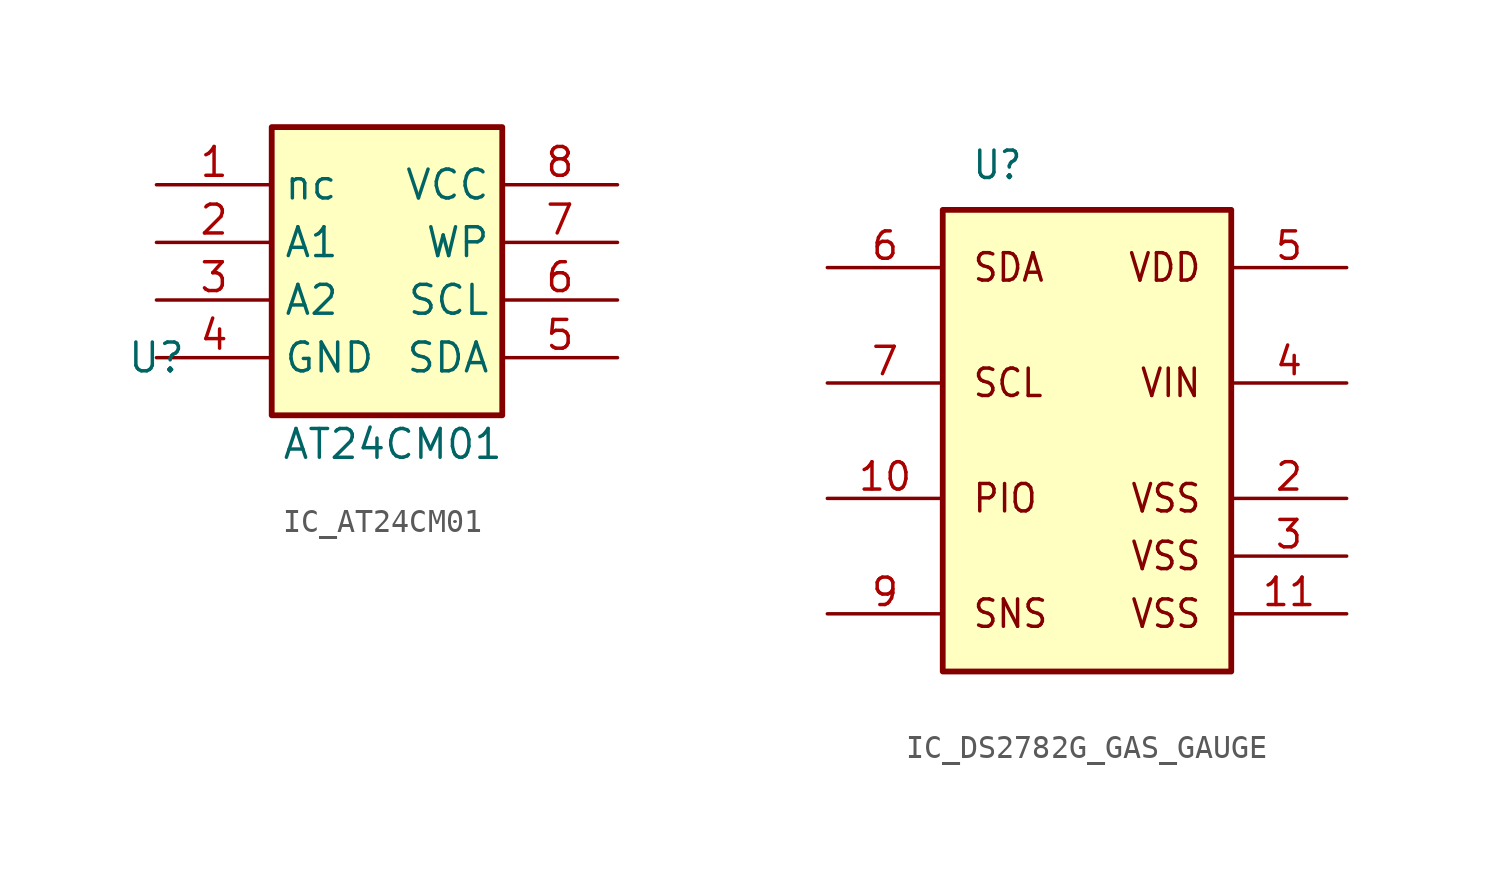
<source format=kicad_sym>
(kicad_symbol_lib
  (version 20231120)
  (generator "kicad_symbol_editor")
  (generator_version "8.0")
  (symbol "IC_AT24CM01"
    (property "Reference" "U"
      (at 0 0 0)
      (effects (font (size 1.27 1.27))))
    (property "Value" "AT24CM01"
      (at 10.414 -3.81 0)
      (effects (font (size 1.27 1.27))))
    (symbol "IC_AT24CM01_0_1"
      (rectangle (start 5.08 10.16) (end 15.24 -2.54) (stroke (width 0.256) (type default)) (fill (type background))))
    (symbol "IC_AT24CM01_1_1"
      (pin passive line (at 0 7.62 0) (length 5.08) (name "nc" (effects (font (size 1.27 1.27)))) (number "1" (effects (font (size 1.27 1.27)))))
      (pin passive line (at 0 5.08 0) (length 5.08) (name "A1" (effects (font (size 1.27 1.27)))) (number "2" (effects (font (size 1.27 1.27)))))
      (pin passive line (at 0 2.54 0) (length 5.08) (name "A2" (effects (font (size 1.27 1.27)))) (number "3" (effects (font (size 1.27 1.27)))))
      (pin passive line (at 0 0 0) (length 5.08) (name "GND" (effects (font (size 1.27 1.27)))) (number "4" (effects (font (size 1.27 1.27)))))
      (pin passive line (at 20.32 0 180) (length 5.08) (name "SDA" (effects (font (size 1.27 1.27)))) (number "5" (effects (font (size 1.27 1.27)))))
      (pin passive line (at 20.32 2.54 180) (length 5.08) (name "SCL" (effects (font (size 1.27 1.27)))) (number "6" (effects (font (size 1.27 1.27)))))
      (pin passive line (at 20.32 5.08 180) (length 5.08) (name "WP" (effects (font (size 1.27 1.27)))) (number "7" (effects (font (size 1.27 1.27)))))
      (pin passive line (at 20.32 7.62 180) (length 5.08) (name "VCC" (effects (font (size 1.27 1.27)))) (number "8" (effects (font (size 1.27 1.27)))))))
  (symbol "IC_DS2782G_GAS_GAUGE"
    (property "Reference" "U"
      (at 6.35 19.05 0)
      (effects (font (size 1.206 1.092) (thickness 0.152)) (justify left bottom)))
    (property "Value" ""
      (at 0 0 0)
      (effects (font (size 1.092 1.092) (thickness 0.152)) (justify left bottom)))
    (symbol "IC_DS2782G_GAS_GAUGE_1_0"
      (polyline (pts (xy 5.08 -2.54) (xy 17.78 -2.54) (xy 17.78 17.78) (xy 5.08 17.78) (xy 5.08 -2.54)) (stroke (width 0.254) (type solid)) (fill (type background)))
      (text "PIO" (at 6.35 5.08 0) (effects (font (size 1.206 1.092) (thickness 0.152)) (justify left)))
      (text "SCL" (at 6.35 10.16 0) (effects (font (size 1.206 1.092) (thickness 0.152)) (justify left)))
      (text "SDA" (at 6.35 15.24 0) (effects (font (size 1.206 1.092) (thickness 0.152)) (justify left)))
      (text "SNS" (at 6.35 0 0) (effects (font (size 1.206 1.092) (thickness 0.152)) (justify left)))
      (text "VDD" (at 16.51 15.24 0) (effects (font (size 1.206 1.092) (thickness 0.152)) (justify right)))
      (text "VIN" (at 16.51 10.16 0) (effects (font (size 1.206 1.092) (thickness 0.152)) (justify right)))
      (text "VSS" (at 16.51 0 0) (effects (font (size 1.206 1.092) (thickness 0.152)) (justify right)))
      (text "VSS" (at 16.51 2.54 0) (effects (font (size 1.206 1.092) (thickness 0.152)) (justify right)))
      (text "VSS" (at 16.51 5.08 0) (effects (font (size 1.206 1.092) (thickness 0.152)) (justify right)))
      (pin passive line (at 0 5.08 0) (length 5.08) (name "" (effects (font (size 1.206 1.206)))) (number "10" (effects (font (size 1.206 1.206)))))
      (pin passive line (at 22.86 0 180) (length 5.08) (name "" (effects (font (size 1.206 1.206)))) (number "11" (effects (font (size 1.206 1.206)))))
      (pin passive line (at 22.86 5.08 180) (length 5.08) (name "" (effects (font (size 1.206 1.206)))) (number "2" (effects (font (size 1.206 1.206)))))
      (pin passive line (at 22.86 2.54 180) (length 5.08) (name "" (effects (font (size 1.206 1.206)))) (number "3" (effects (font (size 1.206 1.206)))))
      (pin passive line (at 22.86 10.16 180) (length 5.08) (name "" (effects (font (size 1.206 1.206)))) (number "4" (effects (font (size 1.206 1.206)))))
      (pin passive line (at 22.86 15.24 180) (length 5.08) (name "" (effects (font (size 1.206 1.206)))) (number "5" (effects (font (size 1.206 1.206)))))
      (pin passive line (at 0 15.24 0) (length 5.08) (name "" (effects (font (size 1.206 1.206)))) (number "6" (effects (font (size 1.206 1.206)))))
      (pin passive line (at 0 10.16 0) (length 5.08) (name "" (effects (font (size 1.206 1.206)))) (number "7" (effects (font (size 1.206 1.206)))))
      (pin passive line (at 0 0 0) (length 5.08) (name "" (effects (font (size 1.206 1.206)))) (number "9" (effects (font (size 1.206 1.206))))))))
</source>
